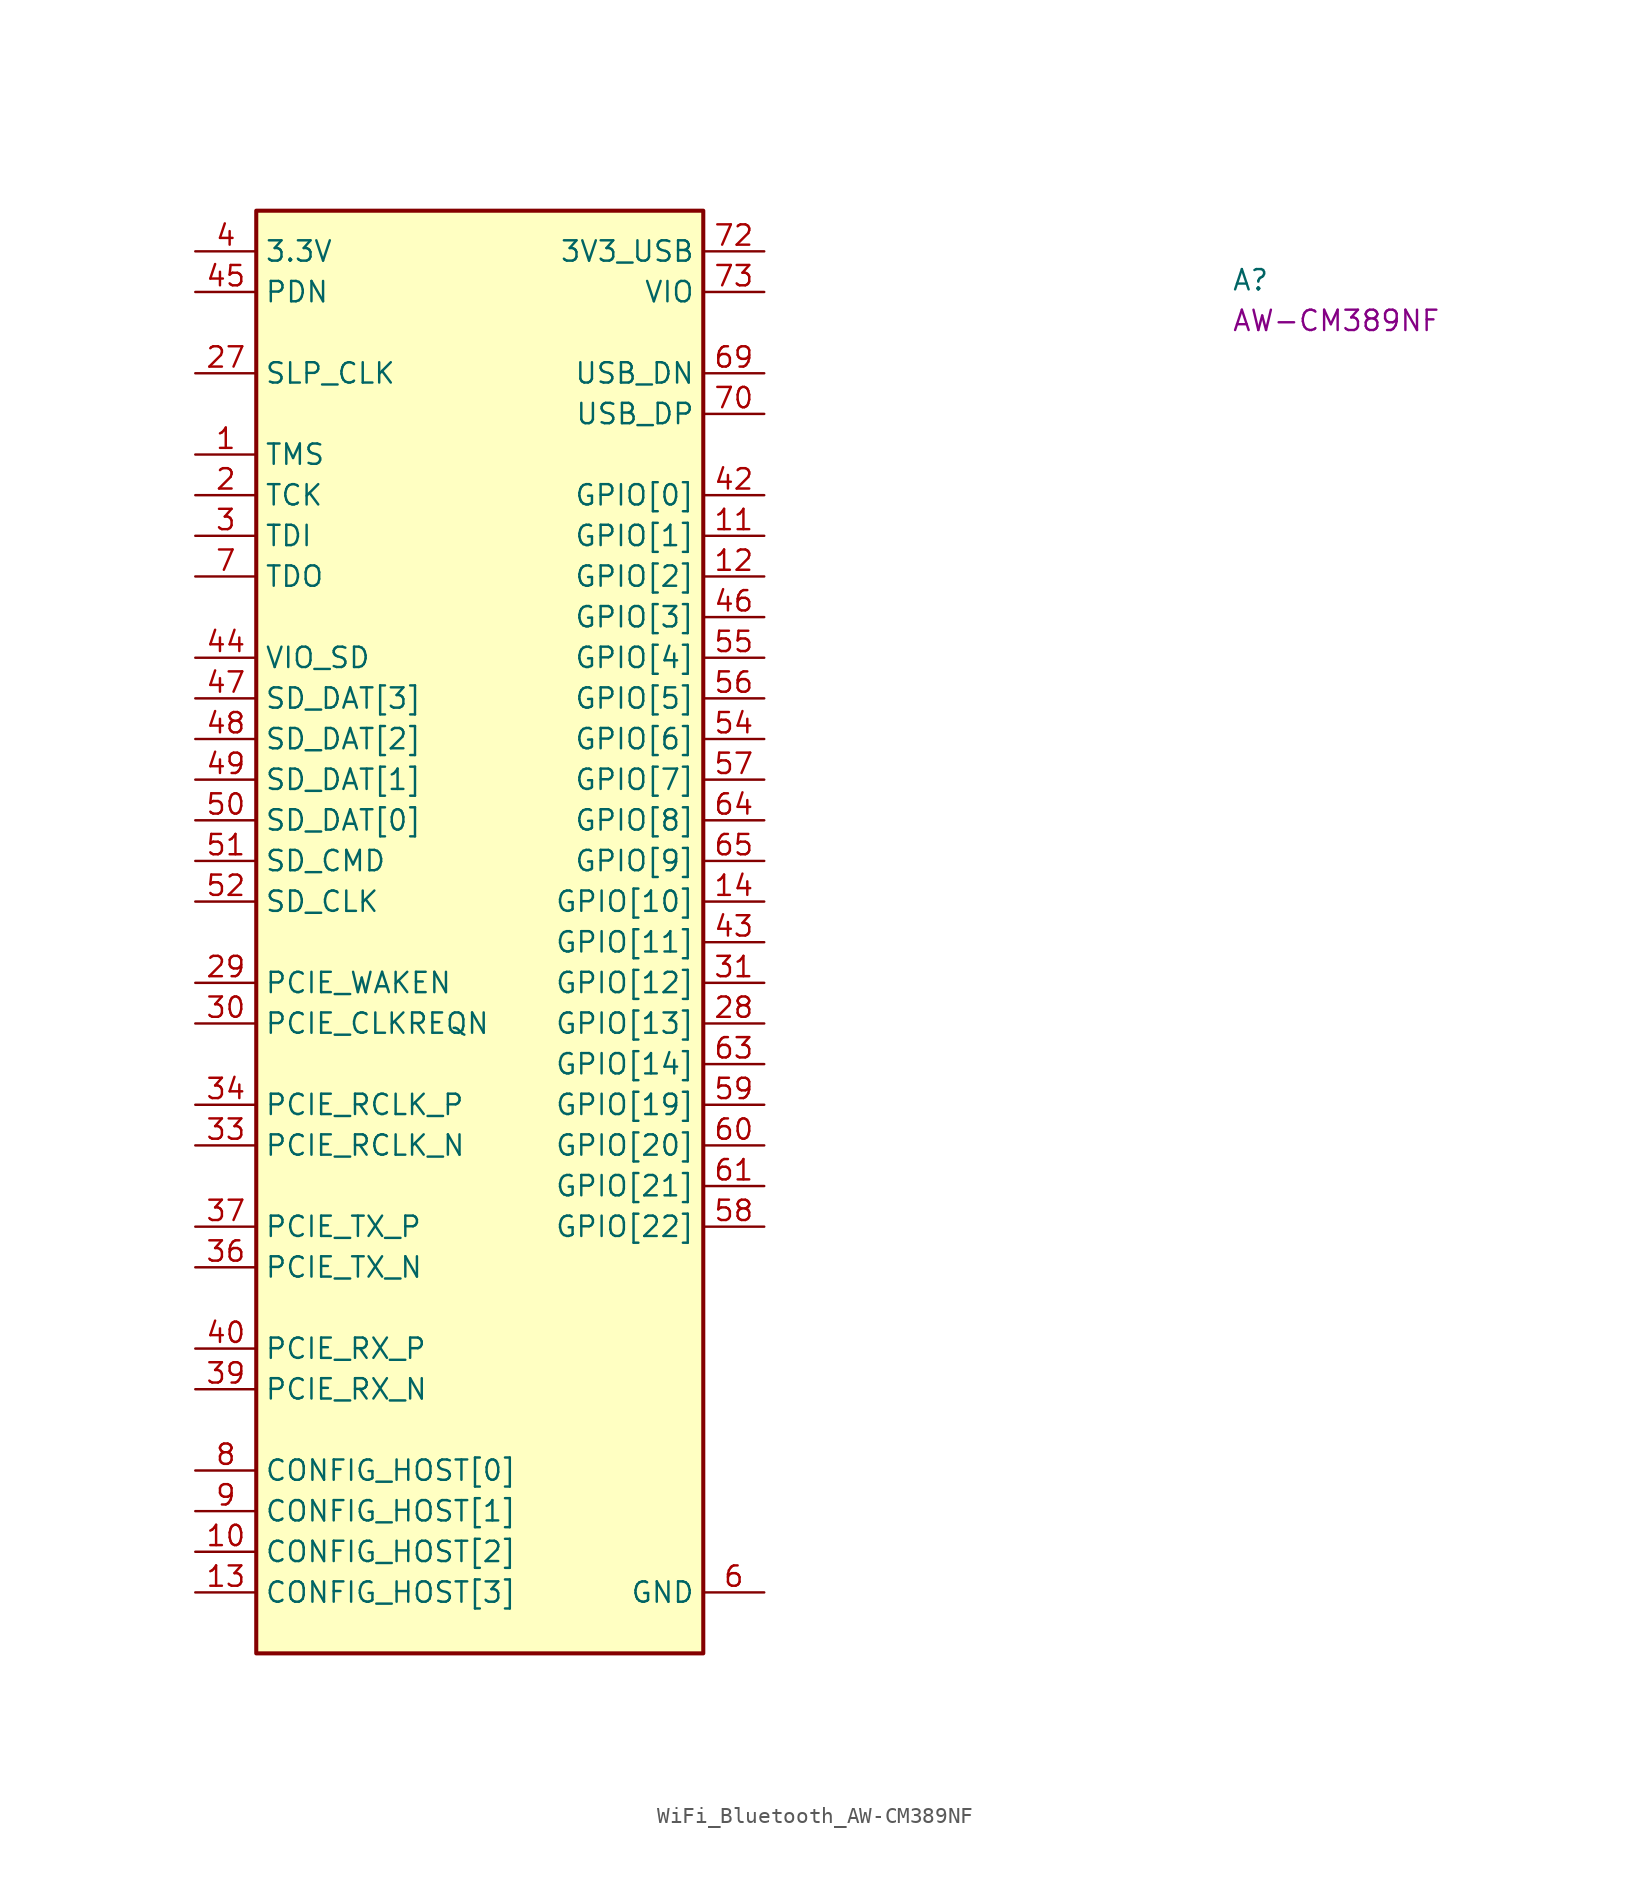
<source format=kicad_sym>
(kicad_symbol_lib
  (version 20220914)
  (generator kicad_symbol_editor)
  (symbol "WiFi_Bluetooth_AW-CM389NF"
    (property "Reference" "A"
      (at 64.77 -2.54 0)
      (effects (font (size 1.27 1.27) (thickness 0.15)) (justify left bottom)))
    (property "MPN" "AW-CM389NF"
      (at 64.77 -5.08 0)
      (effects (font (size 1.27 1.27) (thickness 0.15)) (justify left bottom)))
    (symbol "WiFi_Bluetooth_AW-CM389NF_1_1"
      (rectangle (start 3.81 2.54) (end 31.75 -87.63) (stroke (width 0.254) (type default)) (fill (type background)))
      (pin passive line (at 0 -12.7 0) (length 3.81) (name "TMS" (effects (font (size 1.27 1.27)))) (number "1" (effects (font (size 1.27 1.27)))))
      (pin passive line (at 0 -81.28 0) (length 3.81) (name "CONFIG_HOST[2]" (effects (font (size 1.27 1.27)))) (number "10" (effects (font (size 1.27 1.27)))))
      (pin passive line (at 35.56 -17.78 180) (length 3.81) (name "GPIO[1]" (effects (font (size 1.27 1.27)))) (number "11" (effects (font (size 1.27 1.27)))) (alternate "LTE_SOUT" passive line))
      (pin passive line (at 35.56 -20.32 180) (length 3.81) (name "GPIO[2]" (effects (font (size 1.27 1.27)))) (number "12" (effects (font (size 1.27 1.27)))) (alternate "LTE_SIN" passive line))
      (pin passive line (at 0 -83.82 0) (length 3.81) (name "CONFIG_HOST[3]" (effects (font (size 1.27 1.27)))) (number "13" (effects (font (size 1.27 1.27)))))
      (pin passive line (at 35.56 -40.64 180) (length 3.81) (name "GPIO[10]" (effects (font (size 1.27 1.27)))) (number "14" (effects (font (size 1.27 1.27)))))
      (pin no_connect line (at 31.75 -64.77 180) (length 3.81) hide (name "NC_1" (effects (font (size 1.27 1.27)))) (number "15" (effects (font (size 1.27 1.27)))))
      (pin no_connect line (at 31.75 -66.04 180) (length 3.81) hide (name "NC_2" (effects (font (size 1.27 1.27)))) (number "16" (effects (font (size 1.27 1.27)))))
      (pin passive line (at 35.56 -83.82 180) (length 3.81) hide (name "GND" (effects (font (size 1.27 1.27)))) (number "17" (effects (font (size 1.27 1.27)))))
      (pin no_connect line (at 31.75 -67.31 180) (length 3.81) hide (name "NC_3" (effects (font (size 1.27 1.27)))) (number "18" (effects (font (size 1.27 1.27)))))
      (pin no_connect line (at 31.75 -68.58 180) (length 3.81) hide (name "NC_4" (effects (font (size 1.27 1.27)))) (number "19" (effects (font (size 1.27 1.27)))))
      (pin passive line (at 0 -15.24 0) (length 3.81) (name "TCK" (effects (font (size 1.27 1.27)))) (number "2" (effects (font (size 1.27 1.27)))))
      (pin passive line (at 35.56 -83.82 180) (length 3.81) hide (name "GND" (effects (font (size 1.27 1.27)))) (number "20" (effects (font (size 1.27 1.27)))))
      (pin no_connect line (at 31.75 -69.85 180) (length 3.81) hide (name "NC_5" (effects (font (size 1.27 1.27)))) (number "21" (effects (font (size 1.27 1.27)))))
      (pin no_connect line (at 31.75 -71.12 180) (length 3.81) hide (name "NC_6" (effects (font (size 1.27 1.27)))) (number "22" (effects (font (size 1.27 1.27)))))
      (pin passive line (at 35.56 -83.82 180) (length 3.81) hide (name "GND" (effects (font (size 1.27 1.27)))) (number "23" (effects (font (size 1.27 1.27)))))
      (pin no_connect line (at 31.75 -72.39 180) (length 3.81) hide (name "NC_7" (effects (font (size 1.27 1.27)))) (number "24" (effects (font (size 1.27 1.27)))))
      (pin no_connect line (at 31.75 -73.66 180) (length 3.81) hide (name "NC_8" (effects (font (size 1.27 1.27)))) (number "25" (effects (font (size 1.27 1.27)))))
      (pin passive line (at 35.56 -83.82 180) (length 3.81) hide (name "GND" (effects (font (size 1.27 1.27)))) (number "26" (effects (font (size 1.27 1.27)))))
      (pin passive line (at 0 -7.62 0) (length 3.81) (name "SLP_CLK" (effects (font (size 1.27 1.27)))) (number "27" (effects (font (size 1.27 1.27)))))
      (pin passive line (at 35.56 -48.26 180) (length 3.81) (name "GPIO[13]" (effects (font (size 1.27 1.27)))) (number "28" (effects (font (size 1.27 1.27)))) (alternate "BT_IRQ(O)" passive line))
      (pin passive line (at 0 -45.72 0) (length 3.81) (name "PCIE_WAKEN" (effects (font (size 1.27 1.27)))) (number "29" (effects (font (size 1.27 1.27)))))
      (pin passive line (at 0 -17.78 0) (length 3.81) (name "TDI" (effects (font (size 1.27 1.27)))) (number "3" (effects (font (size 1.27 1.27)))))
      (pin passive line (at 0 -48.26 0) (length 3.81) (name "PCIE_CLKREQN" (effects (font (size 1.27 1.27)))) (number "30" (effects (font (size 1.27 1.27)))))
      (pin passive line (at 35.56 -45.72 180) (length 3.81) (name "GPIO[12]" (effects (font (size 1.27 1.27)))) (number "31" (effects (font (size 1.27 1.27)))) (alternate "PCIE_PERSTN" passive line))
      (pin passive line (at 35.56 -83.82 180) (length 3.81) hide (name "GND" (effects (font (size 1.27 1.27)))) (number "32" (effects (font (size 1.27 1.27)))))
      (pin passive line (at 0 -55.88 0) (length 3.81) (name "PCIE_RCLK_N" (effects (font (size 1.27 1.27)))) (number "33" (effects (font (size 1.27 1.27)))))
      (pin passive line (at 0 -53.34 0) (length 3.81) (name "PCIE_RCLK_P" (effects (font (size 1.27 1.27)))) (number "34" (effects (font (size 1.27 1.27)))))
      (pin passive line (at 35.56 -83.82 180) (length 3.81) hide (name "GND" (effects (font (size 1.27 1.27)))) (number "35" (effects (font (size 1.27 1.27)))))
      (pin passive line (at 0 -63.5 0) (length 3.81) (name "PCIE_TX_N" (effects (font (size 1.27 1.27)))) (number "36" (effects (font (size 1.27 1.27)))))
      (pin passive line (at 0 -60.96 0) (length 3.81) (name "PCIE_TX_P" (effects (font (size 1.27 1.27)))) (number "37" (effects (font (size 1.27 1.27)))))
      (pin passive line (at 35.56 -83.82 180) (length 3.81) hide (name "GND" (effects (font (size 1.27 1.27)))) (number "38" (effects (font (size 1.27 1.27)))))
      (pin passive line (at 0 -71.12 0) (length 3.81) (name "PCIE_RX_N" (effects (font (size 1.27 1.27)))) (number "39" (effects (font (size 1.27 1.27)))))
      (pin passive line (at 0 0 0) (length 3.81) (name "3.3V" (effects (font (size 1.27 1.27)))) (number "4" (effects (font (size 1.27 1.27)))))
      (pin passive line (at 0 -68.58 0) (length 3.81) (name "PCIE_RX_P" (effects (font (size 1.27 1.27)))) (number "40" (effects (font (size 1.27 1.27)))))
      (pin passive line (at 35.56 -83.82 180) (length 3.81) hide (name "GND" (effects (font (size 1.27 1.27)))) (number "41" (effects (font (size 1.27 1.27)))))
      (pin passive line (at 35.56 -15.24 180) (length 3.81) (name "GPIO[0]" (effects (font (size 1.27 1.27)))) (number "42" (effects (font (size 1.27 1.27)))) (alternate "CLK_REQ" passive line))
      (pin passive line (at 35.56 -43.18 180) (length 3.81) (name "GPIO[11]" (effects (font (size 1.27 1.27)))) (number "43" (effects (font (size 1.27 1.27)))))
      (pin passive line (at 0 -25.4 0) (length 3.81) (name "VIO_SD" (effects (font (size 1.27 1.27)))) (number "44" (effects (font (size 1.27 1.27)))))
      (pin passive line (at 0 -2.54 0) (length 3.81) (name "PDN" (effects (font (size 1.27 1.27)))) (number "45" (effects (font (size 1.27 1.27)))))
      (pin passive line (at 35.56 -22.86 180) (length 3.81) (name "GPIO[3]" (effects (font (size 1.27 1.27)))) (number "46" (effects (font (size 1.27 1.27)))) (alternate "WLAN_IRQ(O)" passive line))
      (pin passive line (at 0 -27.94 0) (length 3.81) (name "SD_DAT[3]" (effects (font (size 1.27 1.27)))) (number "47" (effects (font (size 1.27 1.27)))))
      (pin passive line (at 0 -30.48 0) (length 3.81) (name "SD_DAT[2]" (effects (font (size 1.27 1.27)))) (number "48" (effects (font (size 1.27 1.27)))))
      (pin passive line (at 0 -33.02 0) (length 3.81) (name "SD_DAT[1]" (effects (font (size 1.27 1.27)))) (number "49" (effects (font (size 1.27 1.27)))))
      (pin passive line (at 0 0 0) (length 3.81) hide (name "3.3V" (effects (font (size 1.27 1.27)))) (number "5" (effects (font (size 1.27 1.27)))))
      (pin passive line (at 0 -35.56 0) (length 3.81) (name "SD_DAT[0]" (effects (font (size 1.27 1.27)))) (number "50" (effects (font (size 1.27 1.27)))))
      (pin passive line (at 0 -38.1 0) (length 3.81) (name "SD_CMD" (effects (font (size 1.27 1.27)))) (number "51" (effects (font (size 1.27 1.27)))))
      (pin passive line (at 0 -40.64 0) (length 3.81) (name "SD_CLK" (effects (font (size 1.27 1.27)))) (number "52" (effects (font (size 1.27 1.27)))))
      (pin no_connect line (at 31.75 -74.93 180) (length 3.81) hide (name "NC_9" (effects (font (size 1.27 1.27)))) (number "53" (effects (font (size 1.27 1.27)))))
      (pin passive line (at 35.56 -30.48 180) (length 3.81) (name "GPIO[6]" (effects (font (size 1.27 1.27)))) (number "54" (effects (font (size 1.27 1.27)))))
      (pin passive line (at 35.56 -25.4 180) (length 3.81) (name "GPIO[4]" (effects (font (size 1.27 1.27)))) (number "55" (effects (font (size 1.27 1.27)))))
      (pin passive line (at 35.56 -27.94 180) (length 3.81) (name "GPIO[5]" (effects (font (size 1.27 1.27)))) (number "56" (effects (font (size 1.27 1.27)))))
      (pin passive line (at 35.56 -33.02 180) (length 3.81) (name "GPIO[7]" (effects (font (size 1.27 1.27)))) (number "57" (effects (font (size 1.27 1.27)))))
      (pin passive line (at 35.56 -60.96 180) (length 3.81) (name "GPIO[22]" (effects (font (size 1.27 1.27)))) (number "58" (effects (font (size 1.27 1.27)))) (alternate "PCM_SYNC" passive line))
      (pin passive line (at 35.56 -53.34 180) (length 3.81) (name "GPIO[19]" (effects (font (size 1.27 1.27)))) (number "59" (effects (font (size 1.27 1.27)))) (alternate "PCM_IN" passive line))
      (pin passive line (at 35.56 -83.82 180) (length 3.81) (name "GND" (effects (font (size 1.27 1.27)))) (number "6" (effects (font (size 1.27 1.27)))))
      (pin passive line (at 35.56 -55.88 180) (length 3.81) (name "GPIO[20]" (effects (font (size 1.27 1.27)))) (number "60" (effects (font (size 1.27 1.27)))) (alternate "PCM_OUT" passive line))
      (pin passive line (at 35.56 -58.42 180) (length 3.81) (name "GPIO[21]" (effects (font (size 1.27 1.27)))) (number "61" (effects (font (size 1.27 1.27)))) (alternate "PCM_CLK" passive line))
      (pin passive line (at 35.56 -83.82 180) (length 3.81) hide (name "GND" (effects (font (size 1.27 1.27)))) (number "62" (effects (font (size 1.27 1.27)))))
      (pin passive line (at 35.56 -50.8 180) (length 3.81) (name "GPIO[14]" (effects (font (size 1.27 1.27)))) (number "63" (effects (font (size 1.27 1.27)))))
      (pin passive line (at 35.56 -35.56 180) (length 3.81) (name "GPIO[8]" (effects (font (size 1.27 1.27)))) (number "64" (effects (font (size 1.27 1.27)))) (alternate "WLAN_LED" passive line))
      (pin passive line (at 35.56 -38.1 180) (length 3.81) (name "GPIO[9]" (effects (font (size 1.27 1.27)))) (number "65" (effects (font (size 1.27 1.27)))) (alternate "BT_LED" passive line))
      (pin no_connect line (at 31.75 -76.2 180) (length 3.81) hide (name "NC_10" (effects (font (size 1.27 1.27)))) (number "66" (effects (font (size 1.27 1.27)))))
      (pin no_connect line (at 31.75 -77.47 180) (length 3.81) hide (name "NC_11" (effects (font (size 1.27 1.27)))) (number "67" (effects (font (size 1.27 1.27)))))
      (pin passive line (at 35.56 -83.82 180) (length 3.81) hide (name "GND" (effects (font (size 1.27 1.27)))) (number "68" (effects (font (size 1.27 1.27)))))
      (pin passive line (at 35.56 -7.62 180) (length 3.81) (name "USB_DN" (effects (font (size 1.27 1.27)))) (number "69" (effects (font (size 1.27 1.27)))))
      (pin passive line (at 0 -20.32 0) (length 3.81) (name "TDO" (effects (font (size 1.27 1.27)))) (number "7" (effects (font (size 1.27 1.27)))))
      (pin passive line (at 35.56 -10.16 180) (length 3.81) (name "USB_DP" (effects (font (size 1.27 1.27)))) (number "70" (effects (font (size 1.27 1.27)))))
      (pin passive line (at 35.56 -83.82 180) (length 3.81) hide (name "GND" (effects (font (size 1.27 1.27)))) (number "71" (effects (font (size 1.27 1.27)))))
      (pin passive line (at 35.56 0 180) (length 3.81) (name "3V3_USB" (effects (font (size 1.27 1.27)))) (number "72" (effects (font (size 1.27 1.27)))))
      (pin passive line (at 35.56 -2.54 180) (length 3.81) (name "VIO" (effects (font (size 1.27 1.27)))) (number "73" (effects (font (size 1.27 1.27)))))
      (pin passive line (at 35.56 -83.82 180) (length 3.81) hide (name "GND" (effects (font (size 1.27 1.27)))) (number "74" (effects (font (size 1.27 1.27)))))
      (pin passive line (at 35.56 -83.82 180) (length 3.81) hide (name "GND" (effects (font (size 1.27 1.27)))) (number "75" (effects (font (size 1.27 1.27)))))
      (pin passive line (at 35.56 -83.82 180) (length 3.81) hide (name "GND" (effects (font (size 1.27 1.27)))) (number "76" (effects (font (size 1.27 1.27)))))
      (pin passive line (at 35.56 -83.82 180) (length 3.81) hide (name "GND" (effects (font (size 1.27 1.27)))) (number "77" (effects (font (size 1.27 1.27)))))
      (pin passive line (at 35.56 -83.82 180) (length 3.81) hide (name "GND" (effects (font (size 1.27 1.27)))) (number "78" (effects (font (size 1.27 1.27)))))
      (pin passive line (at 35.56 -83.82 180) (length 3.81) hide (name "GND" (effects (font (size 1.27 1.27)))) (number "79" (effects (font (size 1.27 1.27)))))
      (pin passive line (at 0 -76.2 0) (length 3.81) (name "CONFIG_HOST[0]" (effects (font (size 1.27 1.27)))) (number "8" (effects (font (size 1.27 1.27)))))
      (pin passive line (at 35.56 -83.82 180) (length 3.81) hide (name "GND" (effects (font (size 1.27 1.27)))) (number "80" (effects (font (size 1.27 1.27)))))
      (pin passive line (at 35.56 -83.82 180) (length 3.81) hide (name "GND" (effects (font (size 1.27 1.27)))) (number "81" (effects (font (size 1.27 1.27)))))
      (pin passive line (at 35.56 -83.82 180) (length 3.81) hide (name "GND" (effects (font (size 1.27 1.27)))) (number "82" (effects (font (size 1.27 1.27)))))
      (pin passive line (at 35.56 -83.82 180) (length 3.81) hide (name "GND" (effects (font (size 1.27 1.27)))) (number "83" (effects (font (size 1.27 1.27)))))
      (pin passive line (at 35.56 -83.82 180) (length 3.81) hide (name "GND" (effects (font (size 1.27 1.27)))) (number "84" (effects (font (size 1.27 1.27)))))
      (pin passive line (at 35.56 -83.82 180) (length 3.81) hide (name "GND" (effects (font (size 1.27 1.27)))) (number "85" (effects (font (size 1.27 1.27)))))
      (pin passive line (at 35.56 -83.82 180) (length 3.81) hide (name "GND" (effects (font (size 1.27 1.27)))) (number "86" (effects (font (size 1.27 1.27)))))
      (pin passive line (at 35.56 -83.82 180) (length 3.81) hide (name "GND" (effects (font (size 1.27 1.27)))) (number "87" (effects (font (size 1.27 1.27)))))
      (pin passive line (at 35.56 -83.82 180) (length 3.81) hide (name "GND" (effects (font (size 1.27 1.27)))) (number "88" (effects (font (size 1.27 1.27)))))
      (pin passive line (at 35.56 -83.82 180) (length 3.81) hide (name "GND" (effects (font (size 1.27 1.27)))) (number "89" (effects (font (size 1.27 1.27)))))
      (pin passive line (at 0 -78.74 0) (length 3.81) (name "CONFIG_HOST[1]" (effects (font (size 1.27 1.27)))) (number "9" (effects (font (size 1.27 1.27)))))
      (pin passive line (at 35.56 -83.82 180) (length 3.81) hide (name "GND" (effects (font (size 1.27 1.27)))) (number "90" (effects (font (size 1.27 1.27)))))
      (pin passive line (at 35.56 -83.82 180) (length 3.81) hide (name "GND" (effects (font (size 1.27 1.27)))) (number "91" (effects (font (size 1.27 1.27)))))
      (pin passive line (at 35.56 -83.82 180) (length 3.81) hide (name "GND" (effects (font (size 1.27 1.27)))) (number "92" (effects (font (size 1.27 1.27)))))
      (pin passive line (at 35.56 -83.82 180) (length 3.81) hide (name "GND" (effects (font (size 1.27 1.27)))) (number "93" (effects (font (size 1.27 1.27)))))
      (pin passive line (at 35.56 -83.82 180) (length 3.81) hide (name "GND" (effects (font (size 1.27 1.27)))) (number "94" (effects (font (size 1.27 1.27)))))
      (pin passive line (at 35.56 -83.82 180) (length 3.81) hide (name "GND" (effects (font (size 1.27 1.27)))) (number "95" (effects (font (size 1.27 1.27)))))
      (pin passive line (at 35.56 -83.82 180) (length 3.81) hide (name "GND" (effects (font (size 1.27 1.27)))) (number "96" (effects (font (size 1.27 1.27)))))
      (pin passive line (at 35.56 -83.82 180) (length 3.81) hide (name "GND" (effects (font (size 1.27 1.27)))) (number "G1" (effects (font (size 1.27 1.27)))))
      (pin passive line (at 35.56 -83.82 180) (length 3.81) hide (name "GND" (effects (font (size 1.27 1.27)))) (number "G10" (effects (font (size 1.27 1.27)))))
      (pin passive line (at 35.56 -83.82 180) (length 3.81) hide (name "GND" (effects (font (size 1.27 1.27)))) (number "G11" (effects (font (size 1.27 1.27)))))
      (pin passive line (at 35.56 -83.82 180) (length 3.81) hide (name "GND" (effects (font (size 1.27 1.27)))) (number "G12" (effects (font (size 1.27 1.27)))))
      (pin passive line (at 35.56 -83.82 180) (length 3.81) hide (name "GND" (effects (font (size 1.27 1.27)))) (number "G13" (effects (font (size 1.27 1.27)))))
      (pin passive line (at 35.56 -83.82 180) (length 3.81) hide (name "GND" (effects (font (size 1.27 1.27)))) (number "G14" (effects (font (size 1.27 1.27)))))
      (pin passive line (at 35.56 -83.82 180) (length 3.81) hide (name "GND" (effects (font (size 1.27 1.27)))) (number "G15" (effects (font (size 1.27 1.27)))))
      (pin passive line (at 35.56 -83.82 180) (length 3.81) hide (name "GND" (effects (font (size 1.27 1.27)))) (number "G16" (effects (font (size 1.27 1.27)))))
      (pin passive line (at 35.56 -83.82 180) (length 3.81) hide (name "GND" (effects (font (size 1.27 1.27)))) (number "G17" (effects (font (size 1.27 1.27)))))
      (pin passive line (at 35.56 -83.82 180) (length 3.81) hide (name "GND" (effects (font (size 1.27 1.27)))) (number "G18" (effects (font (size 1.27 1.27)))))
      (pin passive line (at 35.56 -83.82 180) (length 3.81) hide (name "GND" (effects (font (size 1.27 1.27)))) (number "G19" (effects (font (size 1.27 1.27)))))
      (pin passive line (at 35.56 -83.82 180) (length 3.81) hide (name "GND" (effects (font (size 1.27 1.27)))) (number "G2" (effects (font (size 1.27 1.27)))))
      (pin passive line (at 35.56 -83.82 180) (length 3.81) hide (name "GND" (effects (font (size 1.27 1.27)))) (number "G20" (effects (font (size 1.27 1.27)))))
      (pin passive line (at 35.56 -83.82 180) (length 3.81) hide (name "GND" (effects (font (size 1.27 1.27)))) (number "G21" (effects (font (size 1.27 1.27)))))
      (pin passive line (at 35.56 -83.82 180) (length 3.81) hide (name "GND" (effects (font (size 1.27 1.27)))) (number "G22" (effects (font (size 1.27 1.27)))))
      (pin passive line (at 35.56 -83.82 180) (length 3.81) hide (name "GND" (effects (font (size 1.27 1.27)))) (number "G23" (effects (font (size 1.27 1.27)))))
      (pin passive line (at 35.56 -83.82 180) (length 3.81) hide (name "GND" (effects (font (size 1.27 1.27)))) (number "G24" (effects (font (size 1.27 1.27)))))
      (pin passive line (at 35.56 -83.82 180) (length 3.81) hide (name "GND" (effects (font (size 1.27 1.27)))) (number "G25" (effects (font (size 1.27 1.27)))))
      (pin passive line (at 35.56 -83.82 180) (length 3.81) hide (name "GND" (effects (font (size 1.27 1.27)))) (number "G26" (effects (font (size 1.27 1.27)))))
      (pin passive line (at 35.56 -83.82 180) (length 3.81) hide (name "GND" (effects (font (size 1.27 1.27)))) (number "G27" (effects (font (size 1.27 1.27)))))
      (pin passive line (at 35.56 -83.82 180) (length 3.81) hide (name "GND" (effects (font (size 1.27 1.27)))) (number "G28" (effects (font (size 1.27 1.27)))))
      (pin passive line (at 35.56 -83.82 180) (length 3.81) hide (name "GND" (effects (font (size 1.27 1.27)))) (number "G29" (effects (font (size 1.27 1.27)))))
      (pin passive line (at 35.56 -83.82 180) (length 3.81) hide (name "GND" (effects (font (size 1.27 1.27)))) (number "G3" (effects (font (size 1.27 1.27)))))
      (pin passive line (at 35.56 -83.82 180) (length 3.81) hide (name "GND" (effects (font (size 1.27 1.27)))) (number "G30" (effects (font (size 1.27 1.27)))))
      (pin passive line (at 35.56 -83.82 180) (length 3.81) hide (name "GND" (effects (font (size 1.27 1.27)))) (number "G31" (effects (font (size 1.27 1.27)))))
      (pin passive line (at 35.56 -83.82 180) (length 3.81) hide (name "GND" (effects (font (size 1.27 1.27)))) (number "G32" (effects (font (size 1.27 1.27)))))
      (pin passive line (at 35.56 -83.82 180) (length 3.81) hide (name "GND" (effects (font (size 1.27 1.27)))) (number "G33" (effects (font (size 1.27 1.27)))))
      (pin passive line (at 35.56 -83.82 180) (length 3.81) hide (name "GND" (effects (font (size 1.27 1.27)))) (number "G34" (effects (font (size 1.27 1.27)))))
      (pin passive line (at 35.56 -83.82 180) (length 3.81) hide (name "GND" (effects (font (size 1.27 1.27)))) (number "G35" (effects (font (size 1.27 1.27)))))
      (pin passive line (at 35.56 -83.82 180) (length 3.81) hide (name "GND" (effects (font (size 1.27 1.27)))) (number "G36" (effects (font (size 1.27 1.27)))))
      (pin passive line (at 35.56 -83.82 180) (length 3.81) hide (name "GND" (effects (font (size 1.27 1.27)))) (number "G4" (effects (font (size 1.27 1.27)))))
      (pin passive line (at 35.56 -83.82 180) (length 3.81) hide (name "GND" (effects (font (size 1.27 1.27)))) (number "G5" (effects (font (size 1.27 1.27)))))
      (pin passive line (at 35.56 -83.82 180) (length 3.81) hide (name "GND" (effects (font (size 1.27 1.27)))) (number "G6" (effects (font (size 1.27 1.27)))))
      (pin passive line (at 35.56 -83.82 180) (length 3.81) hide (name "GND" (effects (font (size 1.27 1.27)))) (number "G7" (effects (font (size 1.27 1.27)))))
      (pin passive line (at 35.56 -83.82 180) (length 3.81) hide (name "GND" (effects (font (size 1.27 1.27)))) (number "G8" (effects (font (size 1.27 1.27)))))
      (pin passive line (at 35.56 -83.82 180) (length 3.81) hide (name "GND" (effects (font (size 1.27 1.27)))) (number "G9" (effects (font (size 1.27 1.27))))))))
</source>
